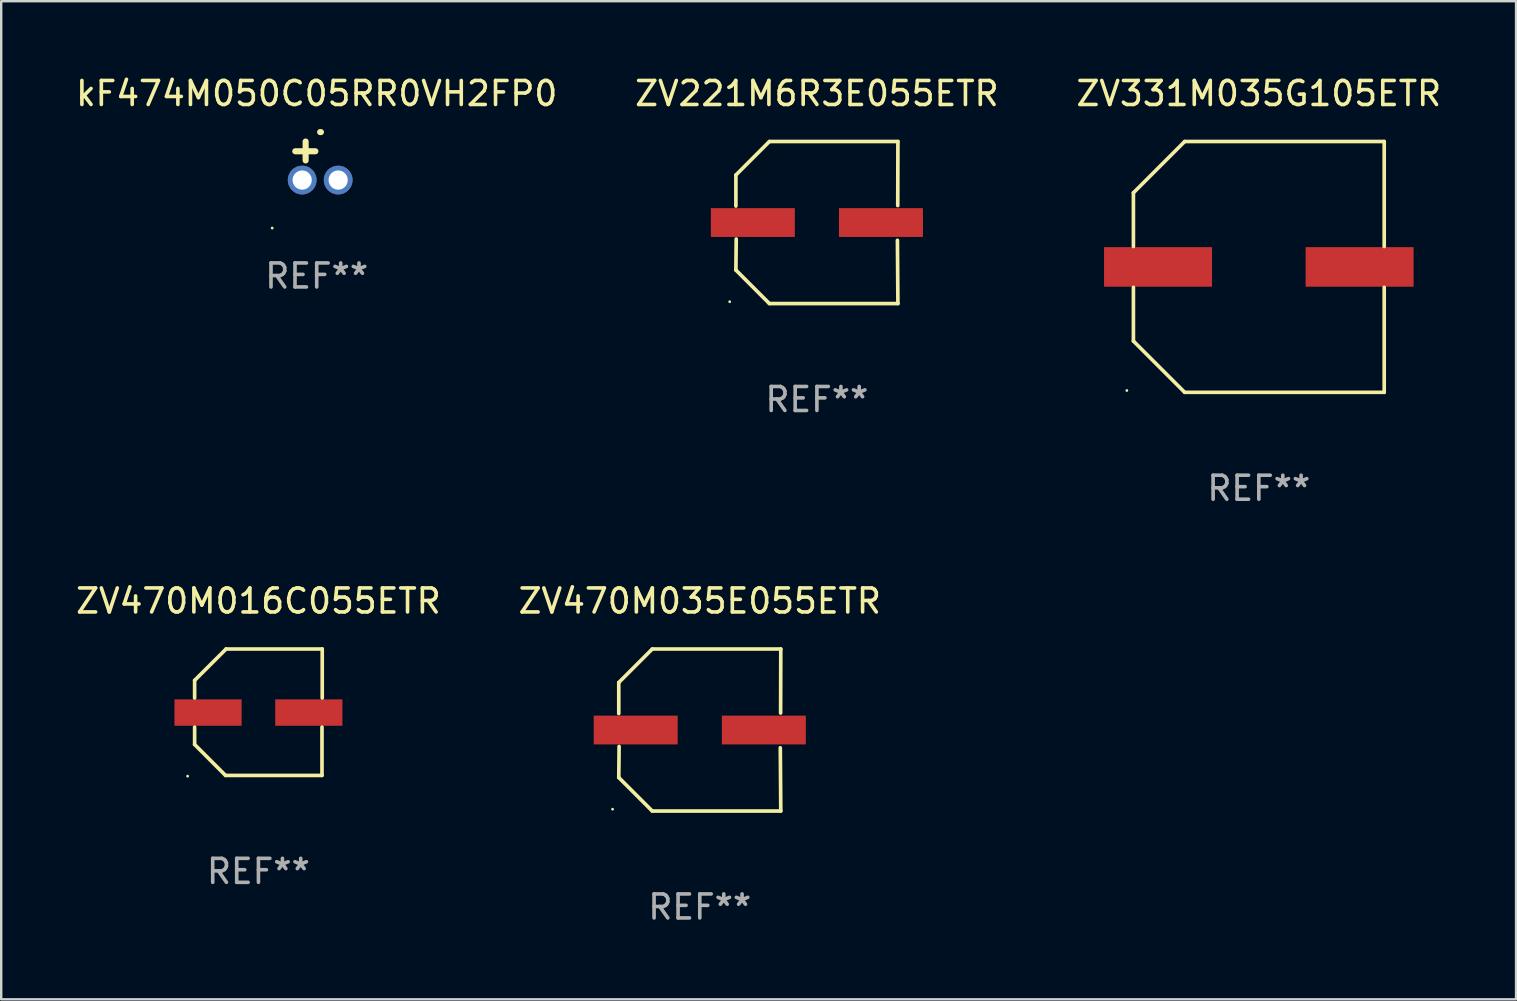
<source format=kicad_pcb>
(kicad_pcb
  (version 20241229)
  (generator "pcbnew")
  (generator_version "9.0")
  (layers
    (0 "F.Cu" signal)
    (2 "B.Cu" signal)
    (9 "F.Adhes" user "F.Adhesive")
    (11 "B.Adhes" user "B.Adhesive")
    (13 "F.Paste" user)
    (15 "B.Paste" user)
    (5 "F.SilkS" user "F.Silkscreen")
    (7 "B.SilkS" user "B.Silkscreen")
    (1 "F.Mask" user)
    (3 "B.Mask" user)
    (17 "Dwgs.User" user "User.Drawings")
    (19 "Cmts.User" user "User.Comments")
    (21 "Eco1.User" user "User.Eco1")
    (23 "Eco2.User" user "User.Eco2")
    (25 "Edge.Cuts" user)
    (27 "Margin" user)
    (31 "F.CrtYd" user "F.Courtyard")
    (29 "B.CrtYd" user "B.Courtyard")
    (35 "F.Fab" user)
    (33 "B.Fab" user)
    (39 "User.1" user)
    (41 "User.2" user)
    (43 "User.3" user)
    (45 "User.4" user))
  (footprint "ZV331M035G105ETR"
    (layer "F.Cu")
    (at 49.411 8.074)
    (property "Reference" "ZV331M035G105ETR" (at 0 -7.226 0) (layer "F.SilkS") (effects (font (size 1 1) (thickness 0.15))))
    (attr through_hole)
    (fp_line (start -5.226 -3.09) (end -5.226 -0.852) (stroke (width 0.152) (type solid)) (layer "F.SilkS"))
    (fp_line (start -5.226 3.09) (end -5.226 0.852) (stroke (width 0.152) (type solid)) (layer "F.SilkS"))
    (fp_line (start -3.09 -5.226) (end -5.226 -3.09) (stroke (width 0.152) (type solid)) (layer "F.SilkS"))
    (fp_line (start -3.09 5.226) (end -5.226 3.09) (stroke (width 0.152) (type solid)) (layer "F.SilkS"))
    (fp_line (start 5.226 -5.226) (end -3.09 -5.226) (stroke (width 0.152) (type solid)) (layer "F.SilkS"))
    (fp_line (start 5.226 -0.852) (end 5.226 -5.226) (stroke (width 0.152) (type solid)) (layer "F.SilkS"))
    (fp_line (start 5.226 0.852) (end 5.226 5.226) (stroke (width 0.152) (type solid)) (layer "F.SilkS"))
    (fp_line (start 5.226 5.226) (end -3.09 5.226) (stroke (width 0.152) (type solid)) (layer "F.SilkS"))
    (fp_circle (center -5.5 5.15) (end -5.47 5.15) (stroke (width 0.06) (type solid)) (fill no) (layer "F.SilkS"))
    (fp_text user "REF**" (at 0 9.226 0) (layer "F.Fab") (effects (font (size 1 1) (thickness 0.15))))
    (pad "1" smd rect (at -4.2 0.000127) (size 4.5 1.65) (layers "F.Cu" "F.Mask" "F.Paste"))
    (pad "2" smd rect (at 4.2 0.000127) (size 4.5 1.65) (layers "F.Cu" "F.Mask" "F.Paste")))
  (footprint "kF474M050C05RR0VH2FP0"
    (layer "F.Cu")
    (at 10.149 3.651)
    (property "Reference" "kF474M050C05RR0VH2FP0" (at 0 -2.803 0) (layer "F.SilkS") (effects (font (size 1 1) (thickness 0.15))))
    (attr through_hole)
    (fp_line (start -0.462 -0.016) (end -0.462 -0.803) (stroke (width 0.254) (type solid)) (layer "F.SilkS"))
    (fp_line (start -0.056 -0.397) (end -0.894 -0.397) (stroke (width 0.254) (type solid)) (layer "F.SilkS"))
    (fp_arc (start 0.142799 -1.195784) (mid 0.159309 -1.195852) (end 0.175819 -1.195784) (stroke (width 0.254001) (type solid)) (layer "F.SilkS"))
    (fp_circle (center -1.856 2.803) (end -1.826 2.803) (stroke (width 0.06) (type solid)) (fill no) (layer "F.SilkS"))
    (fp_text user "REF**" (at 0 4.803 0) (layer "F.Fab") (effects (font (size 1 1) (thickness 0.15))))
    (pad "1" thru_hole circle (at -0.606 0.803) (size 1.2 1.2) (drill 0.8) (layers "*.Cu" "*.Mask"))
    (pad "2" thru_hole circle (at 0.894 0.803) (size 1.2 1.2) (drill 0.8) (layers "*.Cu" "*.Mask")))
  (footprint "ZV470M035E055ETR"
    (layer "F.Cu")
    (at 26.113 27.373)
    (property "Reference" "ZV470M035E055ETR" (at 0 -5.376 0) (layer "F.SilkS") (effects (font (size 1 1) (thickness 0.15))))
    (attr through_hole)
    (fp_line (start -3.376 -1.98) (end -3.376 -0.686) (stroke (width 0.152) (type solid)) (layer "F.SilkS"))
    (fp_line (start -3.376 1.981) (end -3.362 0.686) (stroke (width 0.152) (type solid)) (layer "F.SilkS"))
    (fp_line (start -1.981 3.376) (end -3.376 1.981) (stroke (width 0.152) (type solid)) (layer "F.SilkS"))
    (fp_line (start -1.98 -3.376) (end -3.376 -1.98) (stroke (width 0.152) (type solid)) (layer "F.SilkS"))
    (fp_line (start 3.356 0.74) (end 3.376 3.376) (stroke (width 0.152) (type solid)) (layer "F.SilkS"))
    (fp_line (start 3.369 -0.707) (end 3.376 -3.376) (stroke (width 0.152) (type solid)) (layer "F.SilkS"))
    (fp_line (start 3.376 3.376) (end -1.981 3.376) (stroke (width 0.152) (type solid)) (layer "F.SilkS"))
    (fp_line (start 3.376 -3.376) (end -1.98 -3.376) (stroke (width 0.152) (type solid)) (layer "F.SilkS"))
    (fp_circle (center -3.634 3.3) (end -3.604 3.3) (stroke (width 0.06) (type solid)) (fill no) (layer "F.SilkS"))
    (fp_text user "REF**" (at 0 7.376 0) (layer "F.Fab") (effects (font (size 1 1) (thickness 0.15))))
    (pad "1" smd rect (at -2.67 0.000254) (size 3.5 1.2) (layers "F.Cu" "F.Mask" "F.Paste"))
    (pad "2" smd rect (at 2.67 0.000254) (size 3.5 1.2) (layers "F.Cu" "F.Mask" "F.Paste")))
  (footprint "ZV221M6R3E055ETR"
    (layer "F.Cu")
    (at 30.994 6.224)
    (property "Reference" "ZV221M6R3E055ETR" (at 0 -5.376 0) (layer "F.SilkS") (effects (font (size 1 1) (thickness 0.15))))
    (attr through_hole)
    (fp_line (start -3.376 -1.98) (end -3.376 -0.686) (stroke (width 0.152) (type solid)) (layer "F.SilkS"))
    (fp_line (start -3.376 1.981) (end -3.362 0.686) (stroke (width 0.152) (type solid)) (layer "F.SilkS"))
    (fp_line (start -1.981 3.376) (end -3.376 1.981) (stroke (width 0.152) (type solid)) (layer "F.SilkS"))
    (fp_line (start -1.98 -3.376) (end -3.376 -1.98) (stroke (width 0.152) (type solid)) (layer "F.SilkS"))
    (fp_line (start 3.356 0.74) (end 3.376 3.376) (stroke (width 0.152) (type solid)) (layer "F.SilkS"))
    (fp_line (start 3.369 -0.707) (end 3.376 -3.376) (stroke (width 0.152) (type solid)) (layer "F.SilkS"))
    (fp_line (start 3.376 3.376) (end -1.981 3.376) (stroke (width 0.152) (type solid)) (layer "F.SilkS"))
    (fp_line (start 3.376 -3.376) (end -1.98 -3.376) (stroke (width 0.152) (type solid)) (layer "F.SilkS"))
    (fp_circle (center -3.634 3.3) (end -3.604 3.3) (stroke (width 0.06) (type solid)) (fill no) (layer "F.SilkS"))
    (fp_text user "REF**" (at 0 7.376 0) (layer "F.Fab") (effects (font (size 1 1) (thickness 0.15))))
    (pad "1" smd rect (at -2.67 0.000254) (size 3.5 1.2) (layers "F.Cu" "F.Mask" "F.Paste"))
    (pad "2" smd rect (at 2.67 0.000254) (size 3.5 1.2) (layers "F.Cu" "F.Mask" "F.Paste")))
  (footprint "ZV470M016C055ETR"
    (layer "F.Cu")
    (at 7.72 26.631)
    (property "Reference" "ZV470M016C055ETR" (at 0 -4.634 0) (layer "F.SilkS") (effects (font (size 1 1) (thickness 0.15))))
    (attr through_hole)
    (fp_line (start -2.659 -1.326) (end -2.659 -0.592) (stroke (width 0.152) (type solid)) (layer "F.SilkS"))
    (fp_line (start -2.659 1.346) (end -2.659 0.622) (stroke (width 0.152) (type solid)) (layer "F.SilkS"))
    (fp_line (start -1.372 2.634) (end -2.659 1.346) (stroke (width 0.152) (type solid)) (layer "F.SilkS"))
    (fp_line (start -1.349 -2.634) (end -2.659 -1.326) (stroke (width 0.152) (type solid)) (layer "F.SilkS"))
    (fp_line (start 2.649 0.622) (end 2.649 2.634) (stroke (width 0.152) (type solid)) (layer "F.SilkS"))
    (fp_line (start 2.649 2.634) (end -1.372 2.634) (stroke (width 0.152) (type solid)) (layer "F.SilkS"))
    (fp_line (start 2.659 -2.634) (end -1.349 -2.634) (stroke (width 0.152) (type solid)) (layer "F.SilkS"))
    (fp_line (start 2.659 -0.592) (end 2.659 -2.634) (stroke (width 0.152) (type solid)) (layer "F.SilkS"))
    (fp_circle (center -2.95 2.665) (end -2.92 2.665) (stroke (width 0.06) (type solid)) (fill no) (layer "F.SilkS"))
    (fp_text user "REF**" (at 0 6.634 0) (layer "F.Fab") (effects (font (size 1 1) (thickness 0.15))))
    (pad "1" smd rect (at -2.1 0.015) (size 2.8 1.1) (layers "F.Cu" "F.Mask" "F.Paste"))
    (pad "2" smd rect (at 2.1 0.015) (size 2.8 1.1) (layers "F.Cu" "F.Mask" "F.Paste")))
  (gr_rect
    (start -3 -3)
    (end 60.131 38.597)
    (stroke (width 0.1) (type default))
    (fill no)
    (layer "Edge.Cuts")))
</source>
